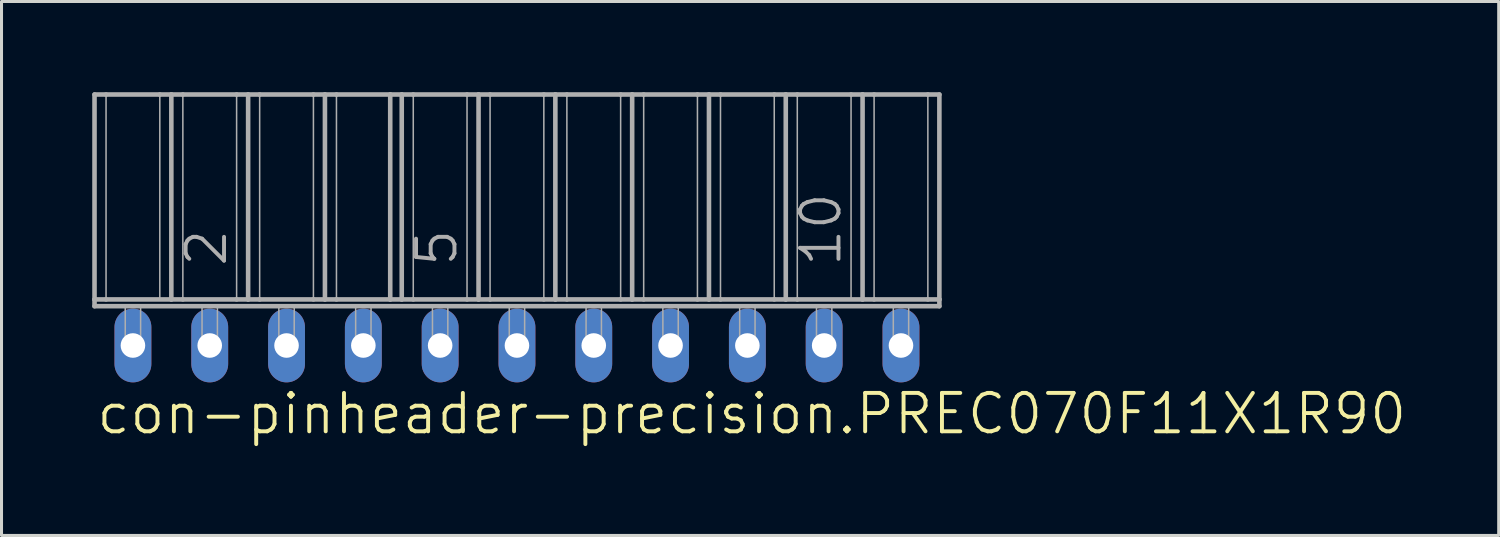
<source format=kicad_pcb>
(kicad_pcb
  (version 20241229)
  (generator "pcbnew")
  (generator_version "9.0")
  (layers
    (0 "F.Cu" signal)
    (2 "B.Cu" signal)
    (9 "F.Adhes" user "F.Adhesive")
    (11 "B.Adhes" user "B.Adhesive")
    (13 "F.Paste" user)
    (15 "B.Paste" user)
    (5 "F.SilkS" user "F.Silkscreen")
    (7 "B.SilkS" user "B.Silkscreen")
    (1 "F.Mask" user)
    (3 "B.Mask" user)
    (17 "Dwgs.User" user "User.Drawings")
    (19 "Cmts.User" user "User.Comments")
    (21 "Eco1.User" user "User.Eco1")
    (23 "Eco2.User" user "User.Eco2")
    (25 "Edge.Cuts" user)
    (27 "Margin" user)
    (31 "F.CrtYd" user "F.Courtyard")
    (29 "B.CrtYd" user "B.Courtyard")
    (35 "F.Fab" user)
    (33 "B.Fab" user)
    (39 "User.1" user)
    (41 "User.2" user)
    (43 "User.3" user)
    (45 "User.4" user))
  (footprint "con-pinheader-precision.PREC070F11X1R90"
    (layer "F.Cu")
    (at 14.046 8.376)
    (property "Reference" "con-pinheader-precision.PREC070F11X1R90" (at -13.97 3 0) (layer "F.SilkS") (effects (font (size 1.27 1.27) (thickness 0.13)) (justify left bottom)))
    (attr through_hole)
    (fp_line (start -13.97 -8.3) (end -13.97 -1.524) (stroke (width 0.152) (type default)) (layer "F.Fab"))
    (fp_line (start -13.97 -8.3) (end -13.589 -8.3) (stroke (width 0.152) (type default)) (layer "F.Fab"))
    (fp_line (start -13.97 -1.524) (end -13.589 -1.524) (stroke (width 0.152) (type default)) (layer "F.Fab"))
    (fp_line (start -13.97 -1.3) (end -13.97 -1.524) (stroke (width 0.152) (type default)) (layer "F.Fab"))
    (fp_line (start -13.97 -1.3) (end 13.97 -1.3) (stroke (width 0.152) (type default)) (layer "F.Fab"))
    (fp_line (start -13.589 -8.3) (end -13.589 -1.524) (stroke (width 0.051) (type default)) (layer "F.Fab"))
    (fp_line (start -13.589 -8.3) (end -11.811 -8.3) (stroke (width 0.152) (type default)) (layer "F.Fab"))
    (fp_line (start -13.589 -1.524) (end -11.43 -1.524) (stroke (width 0.152) (type default)) (layer "F.Fab"))
    (fp_line (start -11.811 -8.3) (end -11.811 -1.524) (stroke (width 0.051) (type default)) (layer "F.Fab"))
    (fp_line (start -11.811 -8.3) (end -11.43 -8.3) (stroke (width 0.152) (type default)) (layer "F.Fab"))
    (fp_line (start -11.43 -8.3) (end -11.43 -1.524) (stroke (width 0.152) (type default)) (layer "F.Fab"))
    (fp_line (start -11.43 -8.3) (end -11.049 -8.3) (stroke (width 0.152) (type default)) (layer "F.Fab"))
    (fp_line (start -11.43 -1.524) (end -11.049 -1.524) (stroke (width 0.152) (type default)) (layer "F.Fab"))
    (fp_line (start -11.049 -8.3) (end -11.049 -1.524) (stroke (width 0.051) (type default)) (layer "F.Fab"))
    (fp_line (start -11.049 -8.3) (end -9.271 -8.3) (stroke (width 0.152) (type default)) (layer "F.Fab"))
    (fp_line (start -11.049 -1.524) (end -9.271 -1.524) (stroke (width 0.152) (type default)) (layer "F.Fab"))
    (fp_line (start -9.271 -8.3) (end -9.271 -1.524) (stroke (width 0.051) (type default)) (layer "F.Fab"))
    (fp_line (start -9.271 -8.3) (end -8.89 -8.3) (stroke (width 0.152) (type default)) (layer "F.Fab"))
    (fp_line (start -9.271 -1.524) (end -8.89 -1.524) (stroke (width 0.152) (type default)) (layer "F.Fab"))
    (fp_line (start -8.89 -8.3) (end -8.509 -8.3) (stroke (width 0.152) (type default)) (layer "F.Fab"))
    (fp_line (start -8.89 -1.524) (end -8.89 -8.3) (stroke (width 0.152) (type default)) (layer "F.Fab"))
    (fp_line (start -8.89 -1.524) (end -8.509 -1.524) (stroke (width 0.152) (type default)) (layer "F.Fab"))
    (fp_line (start -8.509 -8.3) (end -8.509 -1.524) (stroke (width 0.051) (type default)) (layer "F.Fab"))
    (fp_line (start -8.509 -8.3) (end -6.731 -8.3) (stroke (width 0.152) (type default)) (layer "F.Fab"))
    (fp_line (start -8.509 -1.524) (end -6.731 -1.524) (stroke (width 0.152) (type default)) (layer "F.Fab"))
    (fp_line (start -6.731 -8.3) (end -6.731 -1.524) (stroke (width 0.051) (type default)) (layer "F.Fab"))
    (fp_line (start -6.731 -8.3) (end -6.35 -8.3) (stroke (width 0.152) (type default)) (layer "F.Fab"))
    (fp_line (start -6.731 -1.524) (end -6.35 -1.524) (stroke (width 0.152) (type default)) (layer "F.Fab"))
    (fp_line (start -6.35 -8.3) (end -6.35 -1.524) (stroke (width 0.152) (type default)) (layer "F.Fab"))
    (fp_line (start -6.35 -8.3) (end -5.969 -8.3) (stroke (width 0.152) (type default)) (layer "F.Fab"))
    (fp_line (start -6.35 -1.524) (end -5.969 -1.524) (stroke (width 0.152) (type default)) (layer "F.Fab"))
    (fp_line (start -5.969 -8.3) (end -5.969 -1.524) (stroke (width 0.051) (type default)) (layer "F.Fab"))
    (fp_line (start -5.969 -8.3) (end -4.191 -8.3) (stroke (width 0.152) (type default)) (layer "F.Fab"))
    (fp_line (start -5.969 -1.524) (end -4.191 -1.524) (stroke (width 0.152) (type default)) (layer "F.Fab"))
    (fp_line (start -4.191 -8.3) (end -4.191 -1.524) (stroke (width 0.152) (type default)) (layer "F.Fab"))
    (fp_line (start -4.191 -8.3) (end -3.81 -8.3) (stroke (width 0.152) (type default)) (layer "F.Fab"))
    (fp_line (start -4.191 -1.524) (end -3.81 -1.524) (stroke (width 0.152) (type default)) (layer "F.Fab"))
    (fp_line (start -3.81 -8.3) (end -3.81 -1.524) (stroke (width 0.152) (type default)) (layer "F.Fab"))
    (fp_line (start -3.81 -8.3) (end -3.429 -8.3) (stroke (width 0.152) (type default)) (layer "F.Fab"))
    (fp_line (start -3.81 -1.524) (end -3.429 -1.524) (stroke (width 0.152) (type default)) (layer "F.Fab"))
    (fp_line (start -3.429 -8.3) (end -3.429 -1.524) (stroke (width 0.051) (type default)) (layer "F.Fab"))
    (fp_line (start -3.429 -8.3) (end -1.651 -8.3) (stroke (width 0.152) (type default)) (layer "F.Fab"))
    (fp_line (start -3.429 -1.524) (end -1.651 -1.524) (stroke (width 0.152) (type default)) (layer "F.Fab"))
    (fp_line (start -1.651 -8.3) (end -1.651 -1.524) (stroke (width 0.051) (type default)) (layer "F.Fab"))
    (fp_line (start -1.651 -8.3) (end -1.27 -8.3) (stroke (width 0.152) (type default)) (layer "F.Fab"))
    (fp_line (start -1.651 -1.524) (end -1.27 -1.524) (stroke (width 0.152) (type default)) (layer "F.Fab"))
    (fp_line (start -1.27 -8.3) (end -1.27 -1.524) (stroke (width 0.152) (type default)) (layer "F.Fab"))
    (fp_line (start -1.27 -8.3) (end -0.889 -8.3) (stroke (width 0.152) (type default)) (layer "F.Fab"))
    (fp_line (start -1.27 -1.524) (end -0.889 -1.524) (stroke (width 0.152) (type default)) (layer "F.Fab"))
    (fp_line (start -0.889 -8.3) (end -0.889 -1.524) (stroke (width 0.051) (type default)) (layer "F.Fab"))
    (fp_line (start -0.889 -8.3) (end 0.889 -8.3) (stroke (width 0.152) (type default)) (layer "F.Fab"))
    (fp_line (start -0.889 -1.524) (end 0.889 -1.524) (stroke (width 0.152) (type default)) (layer "F.Fab"))
    (fp_line (start 0.889 -8.3) (end 0.889 -1.524) (stroke (width 0.051) (type default)) (layer "F.Fab"))
    (fp_line (start 0.889 -8.3) (end 1.27 -8.3) (stroke (width 0.152) (type default)) (layer "F.Fab"))
    (fp_line (start 0.889 -1.524) (end 1.27 -1.524) (stroke (width 0.152) (type default)) (layer "F.Fab"))
    (fp_line (start 1.27 -8.3) (end 1.27 -1.524) (stroke (width 0.152) (type default)) (layer "F.Fab"))
    (fp_line (start 1.27 -8.3) (end 1.651 -8.3) (stroke (width 0.152) (type default)) (layer "F.Fab"))
    (fp_line (start 1.27 -1.524) (end 1.651 -1.524) (stroke (width 0.152) (type default)) (layer "F.Fab"))
    (fp_line (start 1.651 -8.3) (end 1.651 -1.524) (stroke (width 0.051) (type default)) (layer "F.Fab"))
    (fp_line (start 1.651 -8.3) (end 3.429 -8.3) (stroke (width 0.152) (type default)) (layer "F.Fab"))
    (fp_line (start 1.651 -1.524) (end 3.429 -1.524) (stroke (width 0.152) (type default)) (layer "F.Fab"))
    (fp_line (start 3.429 -8.3) (end 3.429 -1.524) (stroke (width 0.051) (type default)) (layer "F.Fab"))
    (fp_line (start 3.429 -8.3) (end 3.81 -8.3) (stroke (width 0.152) (type default)) (layer "F.Fab"))
    (fp_line (start 3.429 -1.524) (end 3.81 -1.524) (stroke (width 0.152) (type default)) (layer "F.Fab"))
    (fp_line (start 3.81 -8.3) (end 3.81 -1.524) (stroke (width 0.152) (type default)) (layer "F.Fab"))
    (fp_line (start 3.81 -8.3) (end 4.191 -8.3) (stroke (width 0.152) (type default)) (layer "F.Fab"))
    (fp_line (start 3.81 -1.524) (end 4.191 -1.524) (stroke (width 0.152) (type default)) (layer "F.Fab"))
    (fp_line (start 4.191 -8.3) (end 4.191 -1.524) (stroke (width 0.051) (type default)) (layer "F.Fab"))
    (fp_line (start 4.191 -8.3) (end 5.969 -8.3) (stroke (width 0.152) (type default)) (layer "F.Fab"))
    (fp_line (start 4.191 -1.524) (end 5.969 -1.524) (stroke (width 0.152) (type default)) (layer "F.Fab"))
    (fp_line (start 5.969 -8.3) (end 5.969 -1.524) (stroke (width 0.051) (type default)) (layer "F.Fab"))
    (fp_line (start 5.969 -8.3) (end 6.35 -8.3) (stroke (width 0.152) (type default)) (layer "F.Fab"))
    (fp_line (start 5.969 -1.524) (end 6.35 -1.524) (stroke (width 0.152) (type default)) (layer "F.Fab"))
    (fp_line (start 6.35 -8.3) (end 6.35 -1.524) (stroke (width 0.152) (type default)) (layer "F.Fab"))
    (fp_line (start 6.35 -8.3) (end 6.731 -8.3) (stroke (width 0.152) (type default)) (layer "F.Fab"))
    (fp_line (start 6.35 -1.524) (end 6.731 -1.524) (stroke (width 0.152) (type default)) (layer "F.Fab"))
    (fp_line (start 6.731 -8.3) (end 6.731 -1.524) (stroke (width 0.051) (type default)) (layer "F.Fab"))
    (fp_line (start 6.731 -8.3) (end 8.509 -8.3) (stroke (width 0.152) (type default)) (layer "F.Fab"))
    (fp_line (start 6.731 -1.524) (end 8.509 -1.524) (stroke (width 0.152) (type default)) (layer "F.Fab"))
    (fp_line (start 8.509 -8.3) (end 8.509 -1.524) (stroke (width 0.051) (type default)) (layer "F.Fab"))
    (fp_line (start 8.509 -8.3) (end 8.89 -8.3) (stroke (width 0.152) (type default)) (layer "F.Fab"))
    (fp_line (start 8.509 -1.524) (end 8.89 -1.524) (stroke (width 0.152) (type default)) (layer "F.Fab"))
    (fp_line (start 8.89 -8.3) (end 8.89 -1.524) (stroke (width 0.152) (type default)) (layer "F.Fab"))
    (fp_line (start 8.89 -8.3) (end 9.271 -8.3) (stroke (width 0.152) (type default)) (layer "F.Fab"))
    (fp_line (start 8.89 -1.524) (end 9.271 -1.524) (stroke (width 0.152) (type default)) (layer "F.Fab"))
    (fp_line (start 9.271 -8.3) (end 9.271 -1.524) (stroke (width 0.051) (type default)) (layer "F.Fab"))
    (fp_line (start 9.271 -8.3) (end 11.049 -8.3) (stroke (width 0.152) (type default)) (layer "F.Fab"))
    (fp_line (start 9.271 -1.524) (end 11.43 -1.524) (stroke (width 0.152) (type default)) (layer "F.Fab"))
    (fp_line (start 11.049 -8.3) (end 11.049 -1.524) (stroke (width 0.051) (type default)) (layer "F.Fab"))
    (fp_line (start 11.049 -8.3) (end 11.43 -8.3) (stroke (width 0.152) (type default)) (layer "F.Fab"))
    (fp_line (start 11.43 -8.3) (end 11.43 -1.524) (stroke (width 0.152) (type default)) (layer "F.Fab"))
    (fp_line (start 11.43 -8.3) (end 11.811 -8.3) (stroke (width 0.152) (type default)) (layer "F.Fab"))
    (fp_line (start 11.43 -1.524) (end 11.811 -1.524) (stroke (width 0.152) (type default)) (layer "F.Fab"))
    (fp_line (start 11.811 -8.3) (end 11.811 -1.524) (stroke (width 0.051) (type default)) (layer "F.Fab"))
    (fp_line (start 11.811 -8.3) (end 13.589 -8.3) (stroke (width 0.152) (type default)) (layer "F.Fab"))
    (fp_line (start 11.811 -1.524) (end 13.589 -1.524) (stroke (width 0.152) (type default)) (layer "F.Fab"))
    (fp_line (start 13.589 -8.3) (end 13.589 -1.524) (stroke (width 0.051) (type default)) (layer "F.Fab"))
    (fp_line (start 13.589 -8.3) (end 13.97 -8.3) (stroke (width 0.152) (type default)) (layer "F.Fab"))
    (fp_line (start 13.589 -1.524) (end 13.97 -1.524) (stroke (width 0.152) (type default)) (layer "F.Fab"))
    (fp_line (start 13.97 -8.3) (end 13.97 -1.524) (stroke (width 0.152) (type default)) (layer "F.Fab"))
    (fp_line (start 13.97 -1.524) (end 13.97 -1.3) (stroke (width 0.152) (type default)) (layer "F.Fab"))
    (fp_rect (start -12.954 0) (end -12.446 -1.3) (stroke (width 0.05) (type default)) (fill no) (layer "F.Fab"))
    (fp_rect (start -10.414 0) (end -9.906 -1.3) (stroke (width 0.05) (type default)) (fill no) (layer "F.Fab"))
    (fp_rect (start -7.874 0) (end -7.366 -1.3) (stroke (width 0.05) (type default)) (fill no) (layer "F.Fab"))
    (fp_rect (start -5.334 0) (end -4.826 -1.3) (stroke (width 0.05) (type default)) (fill no) (layer "F.Fab"))
    (fp_rect (start -2.794 0) (end -2.286 -1.3) (stroke (width 0.05) (type default)) (fill no) (layer "F.Fab"))
    (fp_rect (start -0.254 0) (end 0.254 -1.3) (stroke (width 0.05) (type default)) (fill no) (layer "F.Fab"))
    (fp_rect (start 2.286 0) (end 2.794 -1.3) (stroke (width 0.05) (type default)) (fill no) (layer "F.Fab"))
    (fp_rect (start 4.826 0) (end 5.334 -1.3) (stroke (width 0.05) (type default)) (fill no) (layer "F.Fab"))
    (fp_rect (start 7.366 0) (end 7.874 -1.3) (stroke (width 0.05) (type default)) (fill no) (layer "F.Fab"))
    (fp_rect (start 9.906 0) (end 10.414 -1.3) (stroke (width 0.05) (type default)) (fill no) (layer "F.Fab"))
    (fp_rect (start 12.446 0) (end 12.954 -1.3) (stroke (width 0.05) (type default)) (fill no) (layer "F.Fab"))
    (fp_text user "10" (at 10.795 -2.54 90) (layer "F.Fab") (effects (font (size 1.27 1.27) (thickness 0.13)) (justify left bottom)))
    (fp_text user "5" (at -1.905 -2.54 90) (layer "F.Fab") (effects (font (size 1.27 1.27) (thickness 0.13)) (justify left bottom)))
    (fp_text user "2" (at -9.525 -2.54 90) (layer "F.Fab") (effects (font (size 1.27 1.27) (thickness 0.13)) (justify left bottom)))
    (pad "1" thru_hole oval (at -12.7 0 90) (size 2.438 1.219) (drill 0.813) (layers "*.Cu" "*.Mask"))
    (pad "2" thru_hole oval (at -10.16 0 90) (size 2.438 1.219) (drill 0.813) (layers "*.Cu" "*.Mask"))
    (pad "3" thru_hole oval (at -7.62 0 90) (size 2.438 1.219) (drill 0.813) (layers "*.Cu" "*.Mask"))
    (pad "4" thru_hole oval (at -5.08 0 90) (size 2.438 1.219) (drill 0.813) (layers "*.Cu" "*.Mask"))
    (pad "5" thru_hole oval (at -2.54 0 90) (size 2.438 1.219) (drill 0.813) (layers "*.Cu" "*.Mask"))
    (pad "6" thru_hole oval (at 0 0 90) (size 2.438 1.219) (drill 0.813) (layers "*.Cu" "*.Mask"))
    (pad "7" thru_hole oval (at 2.54 0 90) (size 2.438 1.219) (drill 0.813) (layers "*.Cu" "*.Mask"))
    (pad "8" thru_hole oval (at 5.08 0 90) (size 2.438 1.219) (drill 0.813) (layers "*.Cu" "*.Mask"))
    (pad "9" thru_hole oval (at 7.62 0 90) (size 2.438 1.219) (drill 0.813) (layers "*.Cu" "*.Mask"))
    (pad "10" thru_hole oval (at 10.16 0 90) (size 2.438 1.219) (drill 0.813) (layers "*.Cu" "*.Mask"))
    (pad "11" thru_hole oval (at 12.7 0 90) (size 2.438 1.219) (drill 0.813) (layers "*.Cu" "*.Mask")))
  (gr_rect
    (start -3 -3)
    (end 46.513 14.658)
    (stroke (width 0.1) (type default))
    (fill no)
    (layer "Edge.Cuts")))
</source>
